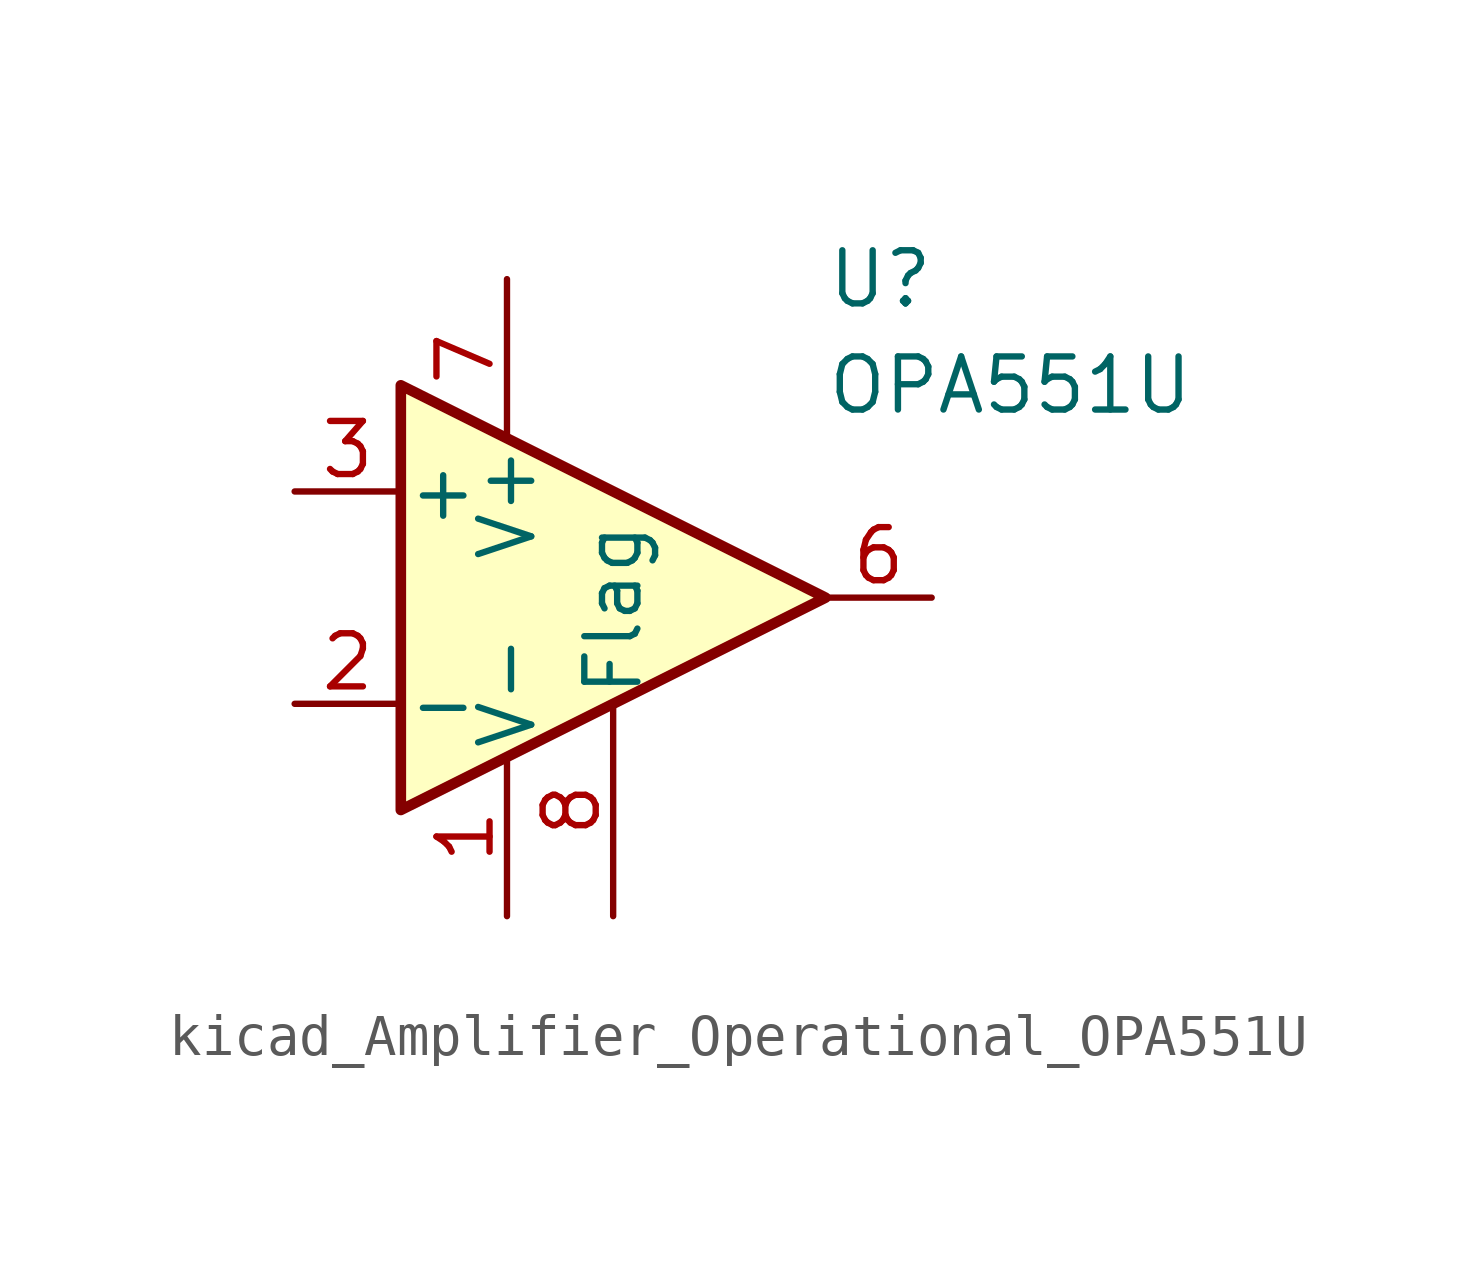
<source format=kicad_sym>
(kicad_symbol_lib
  (version 20220914)
  (generator kicad_symbol_editor)
  (symbol "kicad_Amplifier_Operational_OPA551U"
    (pin_names
      (offset 0.127))
    (property "Reference" "U"
      (at 5.08 7.62 0)
      (effects (font (size 1.27 1.27)) (justify left)))
    (property "Value" "OPA551U"
      (at 5.08 5.08 0)
      (effects (font (size 1.27 1.27)) (justify left)))
    (symbol "kicad_Amplifier_Operational_OPA551U_1_1"
      (polyline (pts (xy -5.08 5.08) (xy 5.08 0) (xy -5.08 -5.08) (xy -5.08 5.08)) (stroke (width 0.254) (type default)) (fill (type background)))
      (pin power_in line (at -2.54 -7.62 90) (length 3.81) (name "V-" (effects (font (size 1.27 1.27)))) (number "1" (effects (font (size 1.27 1.27)))))
      (pin input line (at -7.62 -2.54 0) (length 2.54) (name "-" (effects (font (size 1.27 1.27)))) (number "2" (effects (font (size 1.27 1.27)))))
      (pin input line (at -7.62 2.54 0) (length 2.54) (name "+" (effects (font (size 1.27 1.27)))) (number "3" (effects (font (size 1.27 1.27)))))
      (pin passive line (at -2.54 -7.62 90) (length 3.81) hide (name "V-" (effects (font (size 1.27 1.27)))) (number "4" (effects (font (size 1.27 1.27)))))
      (pin passive line (at -2.54 -7.62 90) (length 3.81) hide (name "V-" (effects (font (size 1.27 1.27)))) (number "5" (effects (font (size 1.27 1.27)))))
      (pin output line (at 7.62 0 180) (length 2.54) (name "~" (effects (font (size 1.27 1.27)))) (number "6" (effects (font (size 1.27 1.27)))))
      (pin power_in line (at -2.54 7.62 270) (length 3.81) (name "V+" (effects (font (size 1.27 1.27)))) (number "7" (effects (font (size 1.27 1.27)))))
      (pin output line (at 0 -7.62 90) (length 5.08) (name "Flag" (effects (font (size 1.27 1.27)))) (number "8" (effects (font (size 1.27 1.27))))))))
</source>
